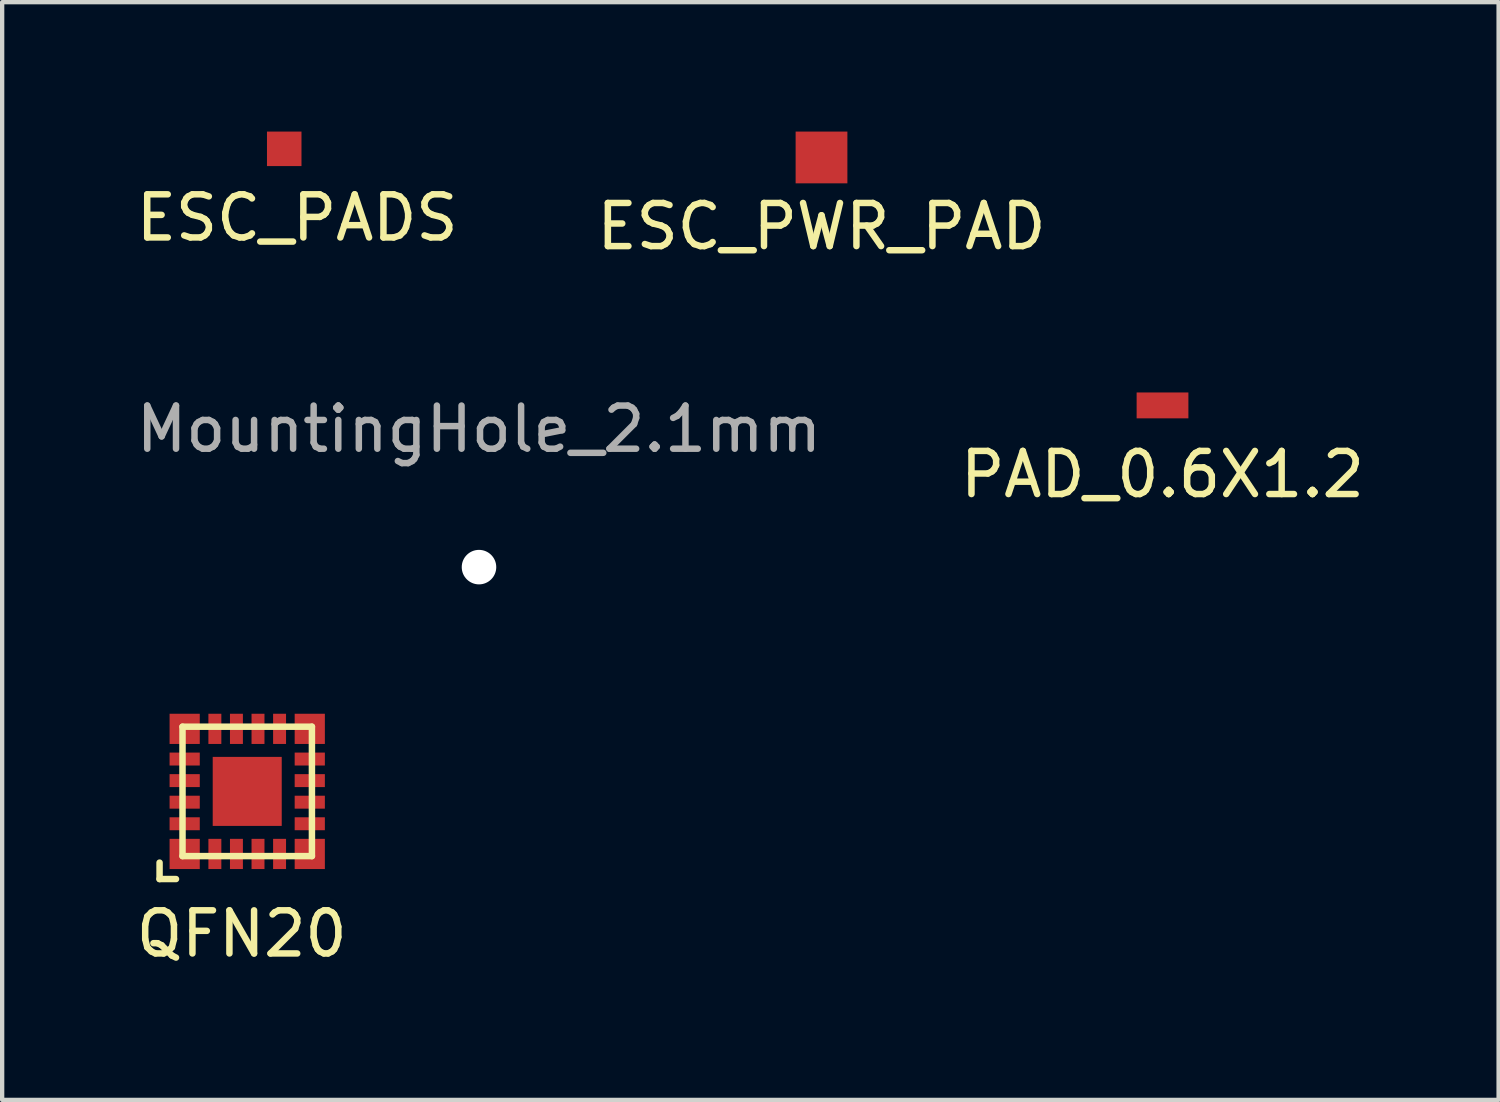
<source format=kicad_pcb>
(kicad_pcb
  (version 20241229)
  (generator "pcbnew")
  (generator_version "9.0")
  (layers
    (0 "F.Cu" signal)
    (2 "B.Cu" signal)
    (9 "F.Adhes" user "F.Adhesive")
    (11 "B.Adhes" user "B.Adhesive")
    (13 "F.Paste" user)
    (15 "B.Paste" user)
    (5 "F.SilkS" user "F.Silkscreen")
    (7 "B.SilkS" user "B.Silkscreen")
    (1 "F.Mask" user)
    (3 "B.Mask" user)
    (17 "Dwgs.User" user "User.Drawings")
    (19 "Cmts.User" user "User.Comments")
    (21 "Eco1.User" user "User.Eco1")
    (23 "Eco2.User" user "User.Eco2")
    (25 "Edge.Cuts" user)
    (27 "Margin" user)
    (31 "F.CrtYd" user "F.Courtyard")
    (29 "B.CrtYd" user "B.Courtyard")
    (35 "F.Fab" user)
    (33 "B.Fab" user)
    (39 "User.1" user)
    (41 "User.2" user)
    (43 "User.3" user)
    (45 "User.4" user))
  (footprint "MountingHole_2.1mm"
    (layer "F.Cu")
    (at 8.054 10.097)
    (property "Reference" "MountingHole_2.1mm" (at 0 -3.2 0) (layer "F.Fab") (effects (font (size 1 1) (thickness 0.15))))
    (attr exclude_from_pos_files exclude_from_bom)
    (pad "" np_thru_hole circle (at 0 0) (size 0.8 0.8) (drill 0.8) (layers "*.Cu" "*.Mask")))
  (footprint "QFN20"
    (layer "F.Cu")
    (at 2.681 15.296)
    (property "Reference" "QFN20" (at -0.127 3.302 0) (layer "F.SilkS") (effects (font (size 1 1) (thickness 0.15))))
    (attr through_hole)
    (fp_line (start -2.032 2.032) (end -2.032 1.651) (stroke (width 0.15) (type solid)) (layer "F.SilkS"))
    (fp_line (start -1.651 2.032) (end -2.032 2.032) (stroke (width 0.15) (type solid)) (layer "F.SilkS"))
    (fp_line (start -1.5 -1.5) (end -1.5 1.5) (stroke (width 0.15) (type solid)) (layer "F.SilkS"))
    (fp_line (start -1.5 1.5) (end 1.5 1.5) (stroke (width 0.15) (type solid)) (layer "F.SilkS"))
    (fp_line (start 1.5 -1.5) (end -1.5 -1.5) (stroke (width 0.15) (type solid)) (layer "F.SilkS"))
    (fp_line (start 1.5 1.5) (end 1.5 -1.5) (stroke (width 0.15) (type solid)) (layer "F.SilkS"))
    (pad "1" smd rect (at -1.45 1.45) (size 0.7 0.7) (layers "F.Cu" "F.Mask" "F.Paste"))
    (pad "2" smd rect (at -0.75 1.45) (size 0.3 0.7) (layers "F.Cu" "F.Mask" "F.Paste"))
    (pad "3" smd rect (at -0.25 1.45) (size 0.3 0.7) (layers "F.Cu" "F.Mask" "F.Paste"))
    (pad "4" smd rect (at 0.25 1.45) (size 0.3 0.7) (layers "F.Cu" "F.Mask" "F.Paste"))
    (pad "5" smd rect (at 0.75 1.45) (size 0.3 0.7) (layers "F.Cu" "F.Mask" "F.Paste"))
    (pad "6" smd rect (at 1.45 1.45) (size 0.7 0.7) (layers "F.Cu" "F.Mask" "F.Paste"))
    (pad "7" smd rect (at 1.45 0.75 90) (size 0.3 0.7) (layers "F.Cu" "F.Mask" "F.Paste"))
    (pad "8" smd rect (at 1.45 0.25 90) (size 0.3 0.7) (layers "F.Cu" "F.Mask" "F.Paste"))
    (pad "9" smd rect (at 1.45 -0.25 90) (size 0.3 0.7) (layers "F.Cu" "F.Mask" "F.Paste"))
    (pad "10" smd rect (at 1.45 -0.75 90) (size 0.3 0.7) (layers "F.Cu" "F.Mask" "F.Paste"))
    (pad "11" smd rect (at 1.45 -1.45) (size 0.7 0.7) (layers "F.Cu" "F.Mask" "F.Paste"))
    (pad "12" smd rect (at 0.75 -1.45) (size 0.3 0.7) (layers "F.Cu" "F.Mask" "F.Paste"))
    (pad "13" smd rect (at 0.25 -1.45) (size 0.3 0.7) (layers "F.Cu" "F.Mask" "F.Paste"))
    (pad "14" smd rect (at -0.25 -1.45) (size 0.3 0.7) (layers "F.Cu" "F.Mask" "F.Paste"))
    (pad "15" smd rect (at -0.75 -1.45) (size 0.3 0.7) (layers "F.Cu" "F.Mask" "F.Paste"))
    (pad "16" smd rect (at -1.45 -1.45) (size 0.7 0.7) (layers "F.Cu" "F.Mask" "F.Paste"))
    (pad "17" smd rect (at -1.45 -0.75 90) (size 0.3 0.7) (layers "F.Cu" "F.Mask" "F.Paste"))
    (pad "18" smd rect (at -1.45 -0.25 90) (size 0.3 0.7) (layers "F.Cu" "F.Mask" "F.Paste"))
    (pad "19" smd rect (at -1.45 0.25 90) (size 0.3 0.7) (layers "F.Cu" "F.Mask" "F.Paste"))
    (pad "20" smd rect (at -1.45 0.75 90) (size 0.3 0.7) (layers "F.Cu" "F.Mask" "F.Paste"))
    (pad "21" smd rect (at 0 0) (size 1.6 1.6) (layers "F.Cu" "F.Mask" "F.Paste")))
  (footprint "PAD_0.6X1.2"
    (layer "F.Cu")
    (at 23.899 6.348)
    (property "Reference" "PAD_0.6X1.2" (at 0 1.6 0) (layer "F.SilkS") (effects (font (size 1 1) (thickness 0.15))))
    (attr through_hole)
    (pad "1" smd rect (at 0 0) (size 1.2 0.6) (layers "F.Cu" "F.Mask" "F.Paste")))
  (footprint "ESC_PWR_PAD"
    (layer "F.Cu")
    (at 15.994 0.6)
    (property "Reference" "ESC_PWR_PAD" (at 0 1.6 0) (layer "F.SilkS") (effects (font (size 1 1) (thickness 0.15))))
    (attr through_hole)
    (pad "1" smd rect (at 0 0) (size 1.2 1.2) (layers "F.Cu" "F.Mask" "F.Paste")))
  (footprint "ESC_PADS"
    (layer "F.Cu")
    (at 3.539 0.4)
    (property "Reference" "ESC_PADS" (at 0.3 1.6 0) (layer "F.SilkS") (effects (font (size 1 1) (thickness 0.15))))
    (attr through_hole)
    (pad "1" smd rect (at 0 0) (size 0.8 0.8) (layers "F.Cu" "F.Mask" "F.Paste")))
  (gr_rect
    (start -3 -3)
    (end 31.69 22.447)
    (stroke (width 0.1) (type default))
    (fill no)
    (layer "Edge.Cuts")))
</source>
